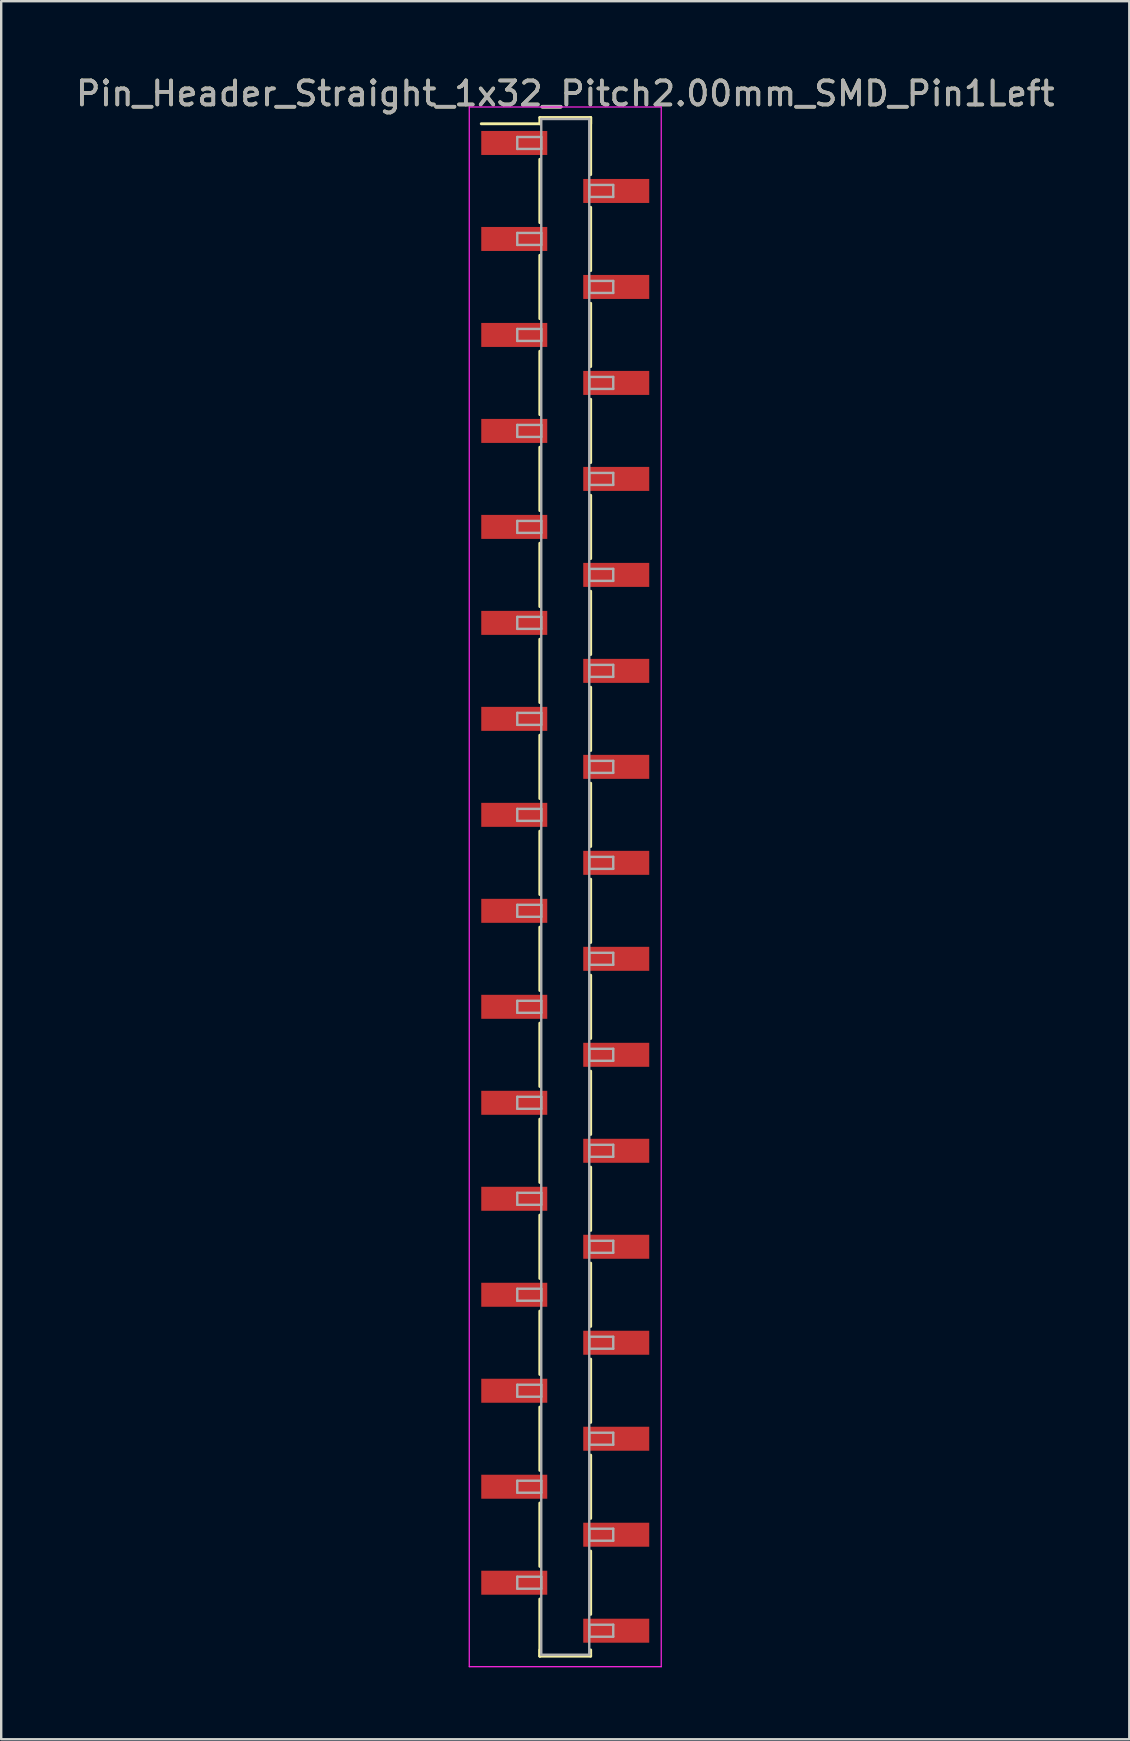
<source format=kicad_pcb>
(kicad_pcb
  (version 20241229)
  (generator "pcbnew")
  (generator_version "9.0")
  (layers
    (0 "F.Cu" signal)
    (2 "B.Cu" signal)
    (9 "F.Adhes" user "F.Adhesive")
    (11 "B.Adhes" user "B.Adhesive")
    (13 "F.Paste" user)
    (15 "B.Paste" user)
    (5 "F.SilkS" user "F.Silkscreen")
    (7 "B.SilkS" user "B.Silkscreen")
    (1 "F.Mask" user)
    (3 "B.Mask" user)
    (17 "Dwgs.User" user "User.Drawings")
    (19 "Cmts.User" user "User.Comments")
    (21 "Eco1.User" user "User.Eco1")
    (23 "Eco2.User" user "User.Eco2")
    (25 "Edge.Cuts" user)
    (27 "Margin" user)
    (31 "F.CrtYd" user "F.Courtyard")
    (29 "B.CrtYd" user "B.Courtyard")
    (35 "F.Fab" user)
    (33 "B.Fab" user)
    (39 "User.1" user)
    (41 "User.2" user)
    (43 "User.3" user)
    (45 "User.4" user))
  (footprint "Pin_Header_Straight_1x32_Pitch2.00mm_SMD_Pin1Left"
    (layer "F.Cu")
    (at 20.506 33.908)
    (property "Reference" "Pin_Header_Straight_1x32_Pitch2.00mm_SMD_Pin1Left" (at 0 -33.06 0) (layer "F.SilkS") (effects (font (size 1 1) (thickness 0.15))))
    (attr smd)
    (fp_line (start -1.06 -32.06) (end 1.06 -32.06) (stroke (width 0.12) (type solid)) (layer "F.SilkS"))
    (fp_line (start -1.06 -31.8) (end -3.5 -31.8) (stroke (width 0.12) (type solid)) (layer "F.SilkS"))
    (fp_line (start -1.06 -31.8) (end -1.06 -32.06) (stroke (width 0.12) (type solid)) (layer "F.SilkS"))
    (fp_line (start -1.06 -30.32) (end -1.06 -27.68) (stroke (width 0.12) (type solid)) (layer "F.SilkS"))
    (fp_line (start -1.06 -26.32) (end -1.06 -23.68) (stroke (width 0.12) (type solid)) (layer "F.SilkS"))
    (fp_line (start -1.06 -22.32) (end -1.06 -19.68) (stroke (width 0.12) (type solid)) (layer "F.SilkS"))
    (fp_line (start -1.06 -18.32) (end -1.06 -15.68) (stroke (width 0.12) (type solid)) (layer "F.SilkS"))
    (fp_line (start -1.06 -14.32) (end -1.06 -11.68) (stroke (width 0.12) (type solid)) (layer "F.SilkS"))
    (fp_line (start -1.06 -10.32) (end -1.06 -7.68) (stroke (width 0.12) (type solid)) (layer "F.SilkS"))
    (fp_line (start -1.06 -6.32) (end -1.06 -3.68) (stroke (width 0.12) (type solid)) (layer "F.SilkS"))
    (fp_line (start -1.06 -2.32) (end -1.06 0.32) (stroke (width 0.12) (type solid)) (layer "F.SilkS"))
    (fp_line (start -1.06 1.68) (end -1.06 4.32) (stroke (width 0.12) (type solid)) (layer "F.SilkS"))
    (fp_line (start -1.06 5.68) (end -1.06 8.32) (stroke (width 0.12) (type solid)) (layer "F.SilkS"))
    (fp_line (start -1.06 9.68) (end -1.06 12.32) (stroke (width 0.12) (type solid)) (layer "F.SilkS"))
    (fp_line (start -1.06 13.68) (end -1.06 16.32) (stroke (width 0.12) (type solid)) (layer "F.SilkS"))
    (fp_line (start -1.06 17.68) (end -1.06 20.32) (stroke (width 0.12) (type solid)) (layer "F.SilkS"))
    (fp_line (start -1.06 21.68) (end -1.06 24.32) (stroke (width 0.12) (type solid)) (layer "F.SilkS"))
    (fp_line (start -1.06 25.68) (end -1.06 28.32) (stroke (width 0.12) (type solid)) (layer "F.SilkS"))
    (fp_line (start -1.06 29.68) (end -1.06 32.06) (stroke (width 0.12) (type solid)) (layer "F.SilkS"))
    (fp_line (start -1.06 31.8) (end -1.06 32.06) (stroke (width 0.12) (type solid)) (layer "F.SilkS"))
    (fp_line (start -1.06 32.06) (end 1.06 32.06) (stroke (width 0.12) (type solid)) (layer "F.SilkS"))
    (fp_line (start 1.06 -32.06) (end 1.06 -31.8) (stroke (width 0.12) (type solid)) (layer "F.SilkS"))
    (fp_line (start 1.06 -32.06) (end 1.06 -29.68) (stroke (width 0.12) (type solid)) (layer "F.SilkS"))
    (fp_line (start 1.06 -28.32) (end 1.06 -25.68) (stroke (width 0.12) (type solid)) (layer "F.SilkS"))
    (fp_line (start 1.06 -24.32) (end 1.06 -21.68) (stroke (width 0.12) (type solid)) (layer "F.SilkS"))
    (fp_line (start 1.06 -20.32) (end 1.06 -17.68) (stroke (width 0.12) (type solid)) (layer "F.SilkS"))
    (fp_line (start 1.06 -16.32) (end 1.06 -13.68) (stroke (width 0.12) (type solid)) (layer "F.SilkS"))
    (fp_line (start 1.06 -12.32) (end 1.06 -9.68) (stroke (width 0.12) (type solid)) (layer "F.SilkS"))
    (fp_line (start 1.06 -8.32) (end 1.06 -5.68) (stroke (width 0.12) (type solid)) (layer "F.SilkS"))
    (fp_line (start 1.06 -4.32) (end 1.06 -1.68) (stroke (width 0.12) (type solid)) (layer "F.SilkS"))
    (fp_line (start 1.06 -0.32) (end 1.06 2.32) (stroke (width 0.12) (type solid)) (layer "F.SilkS"))
    (fp_line (start 1.06 3.68) (end 1.06 6.32) (stroke (width 0.12) (type solid)) (layer "F.SilkS"))
    (fp_line (start 1.06 7.68) (end 1.06 10.32) (stroke (width 0.12) (type solid)) (layer "F.SilkS"))
    (fp_line (start 1.06 11.68) (end 1.06 14.32) (stroke (width 0.12) (type solid)) (layer "F.SilkS"))
    (fp_line (start 1.06 15.68) (end 1.06 18.32) (stroke (width 0.12) (type solid)) (layer "F.SilkS"))
    (fp_line (start 1.06 19.68) (end 1.06 22.32) (stroke (width 0.12) (type solid)) (layer "F.SilkS"))
    (fp_line (start 1.06 23.68) (end 1.06 26.32) (stroke (width 0.12) (type solid)) (layer "F.SilkS"))
    (fp_line (start 1.06 27.68) (end 1.06 30.32) (stroke (width 0.12) (type solid)) (layer "F.SilkS"))
    (fp_line (start 1.06 32.06) (end 1.06 31.8) (stroke (width 0.12) (type solid)) (layer "F.SilkS"))
    (fp_line (start -4 -32.5) (end -4 32.5) (stroke (width 0.05) (type solid)) (layer "F.CrtYd"))
    (fp_line (start -4 32.5) (end 4 32.5) (stroke (width 0.05) (type solid)) (layer "F.CrtYd"))
    (fp_line (start 4 -32.5) (end -4 -32.5) (stroke (width 0.05) (type solid)) (layer "F.CrtYd"))
    (fp_line (start 4 32.5) (end 4 -32.5) (stroke (width 0.05) (type solid)) (layer "F.CrtYd"))
    (fp_line (start -2 -31.25) (end -1 -31.25) (stroke (width 0.1) (type solid)) (layer "F.Fab"))
    (fp_line (start -2 -30.75) (end -2 -31.25) (stroke (width 0.1) (type solid)) (layer "F.Fab"))
    (fp_line (start -2 -27.25) (end -1 -27.25) (stroke (width 0.1) (type solid)) (layer "F.Fab"))
    (fp_line (start -2 -26.75) (end -2 -27.25) (stroke (width 0.1) (type solid)) (layer "F.Fab"))
    (fp_line (start -2 -23.25) (end -1 -23.25) (stroke (width 0.1) (type solid)) (layer "F.Fab"))
    (fp_line (start -2 -22.75) (end -2 -23.25) (stroke (width 0.1) (type solid)) (layer "F.Fab"))
    (fp_line (start -2 -19.25) (end -1 -19.25) (stroke (width 0.1) (type solid)) (layer "F.Fab"))
    (fp_line (start -2 -18.75) (end -2 -19.25) (stroke (width 0.1) (type solid)) (layer "F.Fab"))
    (fp_line (start -2 -15.25) (end -1 -15.25) (stroke (width 0.1) (type solid)) (layer "F.Fab"))
    (fp_line (start -2 -14.75) (end -2 -15.25) (stroke (width 0.1) (type solid)) (layer "F.Fab"))
    (fp_line (start -2 -11.25) (end -1 -11.25) (stroke (width 0.1) (type solid)) (layer "F.Fab"))
    (fp_line (start -2 -10.75) (end -2 -11.25) (stroke (width 0.1) (type solid)) (layer "F.Fab"))
    (fp_line (start -2 -7.25) (end -1 -7.25) (stroke (width 0.1) (type solid)) (layer "F.Fab"))
    (fp_line (start -2 -6.75) (end -2 -7.25) (stroke (width 0.1) (type solid)) (layer "F.Fab"))
    (fp_line (start -2 -3.25) (end -1 -3.25) (stroke (width 0.1) (type solid)) (layer "F.Fab"))
    (fp_line (start -2 -2.75) (end -2 -3.25) (stroke (width 0.1) (type solid)) (layer "F.Fab"))
    (fp_line (start -2 0.75) (end -1 0.75) (stroke (width 0.1) (type solid)) (layer "F.Fab"))
    (fp_line (start -2 1.25) (end -2 0.75) (stroke (width 0.1) (type solid)) (layer "F.Fab"))
    (fp_line (start -2 4.75) (end -1 4.75) (stroke (width 0.1) (type solid)) (layer "F.Fab"))
    (fp_line (start -2 5.25) (end -2 4.75) (stroke (width 0.1) (type solid)) (layer "F.Fab"))
    (fp_line (start -2 8.75) (end -1 8.75) (stroke (width 0.1) (type solid)) (layer "F.Fab"))
    (fp_line (start -2 9.25) (end -2 8.75) (stroke (width 0.1) (type solid)) (layer "F.Fab"))
    (fp_line (start -2 12.75) (end -1 12.75) (stroke (width 0.1) (type solid)) (layer "F.Fab"))
    (fp_line (start -2 13.25) (end -2 12.75) (stroke (width 0.1) (type solid)) (layer "F.Fab"))
    (fp_line (start -2 16.75) (end -1 16.75) (stroke (width 0.1) (type solid)) (layer "F.Fab"))
    (fp_line (start -2 17.25) (end -2 16.75) (stroke (width 0.1) (type solid)) (layer "F.Fab"))
    (fp_line (start -2 20.75) (end -1 20.75) (stroke (width 0.1) (type solid)) (layer "F.Fab"))
    (fp_line (start -2 21.25) (end -2 20.75) (stroke (width 0.1) (type solid)) (layer "F.Fab"))
    (fp_line (start -2 24.75) (end -1 24.75) (stroke (width 0.1) (type solid)) (layer "F.Fab"))
    (fp_line (start -2 25.25) (end -2 24.75) (stroke (width 0.1) (type solid)) (layer "F.Fab"))
    (fp_line (start -2 28.75) (end -1 28.75) (stroke (width 0.1) (type solid)) (layer "F.Fab"))
    (fp_line (start -2 29.25) (end -2 28.75) (stroke (width 0.1) (type solid)) (layer "F.Fab"))
    (fp_line (start -1 -32) (end -1 32) (stroke (width 0.1) (type solid)) (layer "F.Fab"))
    (fp_line (start -1 -31.25) (end -1 -30.75) (stroke (width 0.1) (type solid)) (layer "F.Fab"))
    (fp_line (start -1 -30.75) (end -2 -30.75) (stroke (width 0.1) (type solid)) (layer "F.Fab"))
    (fp_line (start -1 -27.25) (end -1 -26.75) (stroke (width 0.1) (type solid)) (layer "F.Fab"))
    (fp_line (start -1 -26.75) (end -2 -26.75) (stroke (width 0.1) (type solid)) (layer "F.Fab"))
    (fp_line (start -1 -23.25) (end -1 -22.75) (stroke (width 0.1) (type solid)) (layer "F.Fab"))
    (fp_line (start -1 -22.75) (end -2 -22.75) (stroke (width 0.1) (type solid)) (layer "F.Fab"))
    (fp_line (start -1 -19.25) (end -1 -18.75) (stroke (width 0.1) (type solid)) (layer "F.Fab"))
    (fp_line (start -1 -18.75) (end -2 -18.75) (stroke (width 0.1) (type solid)) (layer "F.Fab"))
    (fp_line (start -1 -15.25) (end -1 -14.75) (stroke (width 0.1) (type solid)) (layer "F.Fab"))
    (fp_line (start -1 -14.75) (end -2 -14.75) (stroke (width 0.1) (type solid)) (layer "F.Fab"))
    (fp_line (start -1 -11.25) (end -1 -10.75) (stroke (width 0.1) (type solid)) (layer "F.Fab"))
    (fp_line (start -1 -10.75) (end -2 -10.75) (stroke (width 0.1) (type solid)) (layer "F.Fab"))
    (fp_line (start -1 -7.25) (end -1 -6.75) (stroke (width 0.1) (type solid)) (layer "F.Fab"))
    (fp_line (start -1 -6.75) (end -2 -6.75) (stroke (width 0.1) (type solid)) (layer "F.Fab"))
    (fp_line (start -1 -3.25) (end -1 -2.75) (stroke (width 0.1) (type solid)) (layer "F.Fab"))
    (fp_line (start -1 -2.75) (end -2 -2.75) (stroke (width 0.1) (type solid)) (layer "F.Fab"))
    (fp_line (start -1 0.75) (end -1 1.25) (stroke (width 0.1) (type solid)) (layer "F.Fab"))
    (fp_line (start -1 1.25) (end -2 1.25) (stroke (width 0.1) (type solid)) (layer "F.Fab"))
    (fp_line (start -1 4.75) (end -1 5.25) (stroke (width 0.1) (type solid)) (layer "F.Fab"))
    (fp_line (start -1 5.25) (end -2 5.25) (stroke (width 0.1) (type solid)) (layer "F.Fab"))
    (fp_line (start -1 8.75) (end -1 9.25) (stroke (width 0.1) (type solid)) (layer "F.Fab"))
    (fp_line (start -1 9.25) (end -2 9.25) (stroke (width 0.1) (type solid)) (layer "F.Fab"))
    (fp_line (start -1 12.75) (end -1 13.25) (stroke (width 0.1) (type solid)) (layer "F.Fab"))
    (fp_line (start -1 13.25) (end -2 13.25) (stroke (width 0.1) (type solid)) (layer "F.Fab"))
    (fp_line (start -1 16.75) (end -1 17.25) (stroke (width 0.1) (type solid)) (layer "F.Fab"))
    (fp_line (start -1 17.25) (end -2 17.25) (stroke (width 0.1) (type solid)) (layer "F.Fab"))
    (fp_line (start -1 20.75) (end -1 21.25) (stroke (width 0.1) (type solid)) (layer "F.Fab"))
    (fp_line (start -1 21.25) (end -2 21.25) (stroke (width 0.1) (type solid)) (layer "F.Fab"))
    (fp_line (start -1 24.75) (end -1 25.25) (stroke (width 0.1) (type solid)) (layer "F.Fab"))
    (fp_line (start -1 25.25) (end -2 25.25) (stroke (width 0.1) (type solid)) (layer "F.Fab"))
    (fp_line (start -1 28.75) (end -1 29.25) (stroke (width 0.1) (type solid)) (layer "F.Fab"))
    (fp_line (start -1 29.25) (end -2 29.25) (stroke (width 0.1) (type solid)) (layer "F.Fab"))
    (fp_line (start -1 32) (end 1 32) (stroke (width 0.1) (type solid)) (layer "F.Fab"))
    (fp_line (start 1 -32) (end -1 -32) (stroke (width 0.1) (type solid)) (layer "F.Fab"))
    (fp_line (start 1 -29.25) (end 1 -28.75) (stroke (width 0.1) (type solid)) (layer "F.Fab"))
    (fp_line (start 1 -28.75) (end 2 -28.75) (stroke (width 0.1) (type solid)) (layer "F.Fab"))
    (fp_line (start 1 -25.25) (end 1 -24.75) (stroke (width 0.1) (type solid)) (layer "F.Fab"))
    (fp_line (start 1 -24.75) (end 2 -24.75) (stroke (width 0.1) (type solid)) (layer "F.Fab"))
    (fp_line (start 1 -21.25) (end 1 -20.75) (stroke (width 0.1) (type solid)) (layer "F.Fab"))
    (fp_line (start 1 -20.75) (end 2 -20.75) (stroke (width 0.1) (type solid)) (layer "F.Fab"))
    (fp_line (start 1 -17.25) (end 1 -16.75) (stroke (width 0.1) (type solid)) (layer "F.Fab"))
    (fp_line (start 1 -16.75) (end 2 -16.75) (stroke (width 0.1) (type solid)) (layer "F.Fab"))
    (fp_line (start 1 -13.25) (end 1 -12.75) (stroke (width 0.1) (type solid)) (layer "F.Fab"))
    (fp_line (start 1 -12.75) (end 2 -12.75) (stroke (width 0.1) (type solid)) (layer "F.Fab"))
    (fp_line (start 1 -9.25) (end 1 -8.75) (stroke (width 0.1) (type solid)) (layer "F.Fab"))
    (fp_line (start 1 -8.75) (end 2 -8.75) (stroke (width 0.1) (type solid)) (layer "F.Fab"))
    (fp_line (start 1 -5.25) (end 1 -4.75) (stroke (width 0.1) (type solid)) (layer "F.Fab"))
    (fp_line (start 1 -4.75) (end 2 -4.75) (stroke (width 0.1) (type solid)) (layer "F.Fab"))
    (fp_line (start 1 -1.25) (end 1 -0.75) (stroke (width 0.1) (type solid)) (layer "F.Fab"))
    (fp_line (start 1 -0.75) (end 2 -0.75) (stroke (width 0.1) (type solid)) (layer "F.Fab"))
    (fp_line (start 1 2.75) (end 1 3.25) (stroke (width 0.1) (type solid)) (layer "F.Fab"))
    (fp_line (start 1 3.25) (end 2 3.25) (stroke (width 0.1) (type solid)) (layer "F.Fab"))
    (fp_line (start 1 6.75) (end 1 7.25) (stroke (width 0.1) (type solid)) (layer "F.Fab"))
    (fp_line (start 1 7.25) (end 2 7.25) (stroke (width 0.1) (type solid)) (layer "F.Fab"))
    (fp_line (start 1 10.75) (end 1 11.25) (stroke (width 0.1) (type solid)) (layer "F.Fab"))
    (fp_line (start 1 11.25) (end 2 11.25) (stroke (width 0.1) (type solid)) (layer "F.Fab"))
    (fp_line (start 1 14.75) (end 1 15.25) (stroke (width 0.1) (type solid)) (layer "F.Fab"))
    (fp_line (start 1 15.25) (end 2 15.25) (stroke (width 0.1) (type solid)) (layer "F.Fab"))
    (fp_line (start 1 18.75) (end 1 19.25) (stroke (width 0.1) (type solid)) (layer "F.Fab"))
    (fp_line (start 1 19.25) (end 2 19.25) (stroke (width 0.1) (type solid)) (layer "F.Fab"))
    (fp_line (start 1 22.75) (end 1 23.25) (stroke (width 0.1) (type solid)) (layer "F.Fab"))
    (fp_line (start 1 23.25) (end 2 23.25) (stroke (width 0.1) (type solid)) (layer "F.Fab"))
    (fp_line (start 1 26.75) (end 1 27.25) (stroke (width 0.1) (type solid)) (layer "F.Fab"))
    (fp_line (start 1 27.25) (end 2 27.25) (stroke (width 0.1) (type solid)) (layer "F.Fab"))
    (fp_line (start 1 30.75) (end 1 31.25) (stroke (width 0.1) (type solid)) (layer "F.Fab"))
    (fp_line (start 1 31.25) (end 2 31.25) (stroke (width 0.1) (type solid)) (layer "F.Fab"))
    (fp_line (start 1 32) (end 1 -32) (stroke (width 0.1) (type solid)) (layer "F.Fab"))
    (fp_line (start 2 -29.25) (end 1 -29.25) (stroke (width 0.1) (type solid)) (layer "F.Fab"))
    (fp_line (start 2 -28.75) (end 2 -29.25) (stroke (width 0.1) (type solid)) (layer "F.Fab"))
    (fp_line (start 2 -25.25) (end 1 -25.25) (stroke (width 0.1) (type solid)) (layer "F.Fab"))
    (fp_line (start 2 -24.75) (end 2 -25.25) (stroke (width 0.1) (type solid)) (layer "F.Fab"))
    (fp_line (start 2 -21.25) (end 1 -21.25) (stroke (width 0.1) (type solid)) (layer "F.Fab"))
    (fp_line (start 2 -20.75) (end 2 -21.25) (stroke (width 0.1) (type solid)) (layer "F.Fab"))
    (fp_line (start 2 -17.25) (end 1 -17.25) (stroke (width 0.1) (type solid)) (layer "F.Fab"))
    (fp_line (start 2 -16.75) (end 2 -17.25) (stroke (width 0.1) (type solid)) (layer "F.Fab"))
    (fp_line (start 2 -13.25) (end 1 -13.25) (stroke (width 0.1) (type solid)) (layer "F.Fab"))
    (fp_line (start 2 -12.75) (end 2 -13.25) (stroke (width 0.1) (type solid)) (layer "F.Fab"))
    (fp_line (start 2 -9.25) (end 1 -9.25) (stroke (width 0.1) (type solid)) (layer "F.Fab"))
    (fp_line (start 2 -8.75) (end 2 -9.25) (stroke (width 0.1) (type solid)) (layer "F.Fab"))
    (fp_line (start 2 -5.25) (end 1 -5.25) (stroke (width 0.1) (type solid)) (layer "F.Fab"))
    (fp_line (start 2 -4.75) (end 2 -5.25) (stroke (width 0.1) (type solid)) (layer "F.Fab"))
    (fp_line (start 2 -1.25) (end 1 -1.25) (stroke (width 0.1) (type solid)) (layer "F.Fab"))
    (fp_line (start 2 -0.75) (end 2 -1.25) (stroke (width 0.1) (type solid)) (layer "F.Fab"))
    (fp_line (start 2 2.75) (end 1 2.75) (stroke (width 0.1) (type solid)) (layer "F.Fab"))
    (fp_line (start 2 3.25) (end 2 2.75) (stroke (width 0.1) (type solid)) (layer "F.Fab"))
    (fp_line (start 2 6.75) (end 1 6.75) (stroke (width 0.1) (type solid)) (layer "F.Fab"))
    (fp_line (start 2 7.25) (end 2 6.75) (stroke (width 0.1) (type solid)) (layer "F.Fab"))
    (fp_line (start 2 10.75) (end 1 10.75) (stroke (width 0.1) (type solid)) (layer "F.Fab"))
    (fp_line (start 2 11.25) (end 2 10.75) (stroke (width 0.1) (type solid)) (layer "F.Fab"))
    (fp_line (start 2 14.75) (end 1 14.75) (stroke (width 0.1) (type solid)) (layer "F.Fab"))
    (fp_line (start 2 15.25) (end 2 14.75) (stroke (width 0.1) (type solid)) (layer "F.Fab"))
    (fp_line (start 2 18.75) (end 1 18.75) (stroke (width 0.1) (type solid)) (layer "F.Fab"))
    (fp_line (start 2 19.25) (end 2 18.75) (stroke (width 0.1) (type solid)) (layer "F.Fab"))
    (fp_line (start 2 22.75) (end 1 22.75) (stroke (width 0.1) (type solid)) (layer "F.Fab"))
    (fp_line (start 2 23.25) (end 2 22.75) (stroke (width 0.1) (type solid)) (layer "F.Fab"))
    (fp_line (start 2 26.75) (end 1 26.75) (stroke (width 0.1) (type solid)) (layer "F.Fab"))
    (fp_line (start 2 27.25) (end 2 26.75) (stroke (width 0.1) (type solid)) (layer "F.Fab"))
    (fp_line (start 2 30.75) (end 1 30.75) (stroke (width 0.1) (type solid)) (layer "F.Fab"))
    (fp_line (start 2 31.25) (end 2 30.75) (stroke (width 0.1) (type solid)) (layer "F.Fab"))
    (fp_text user "${REFERENCE}" (at 0 -33.06 0) (layer "F.Fab") (effects (font (size 1 1) (thickness 0.15))))
    (pad "1" smd rect (at -2.125 -31) (size 2.75 1) (layers "F.Cu" "F.Mask" "F.Paste"))
    (pad "2" smd rect (at 2.125 -29) (size 2.75 1) (layers "F.Cu" "F.Mask" "F.Paste"))
    (pad "3" smd rect (at -2.125 -27) (size 2.75 1) (layers "F.Cu" "F.Mask" "F.Paste"))
    (pad "4" smd rect (at 2.125 -25) (size 2.75 1) (layers "F.Cu" "F.Mask" "F.Paste"))
    (pad "5" smd rect (at -2.125 -23) (size 2.75 1) (layers "F.Cu" "F.Mask" "F.Paste"))
    (pad "6" smd rect (at 2.125 -21) (size 2.75 1) (layers "F.Cu" "F.Mask" "F.Paste"))
    (pad "7" smd rect (at -2.125 -19) (size 2.75 1) (layers "F.Cu" "F.Mask" "F.Paste"))
    (pad "8" smd rect (at 2.125 -17) (size 2.75 1) (layers "F.Cu" "F.Mask" "F.Paste"))
    (pad "9" smd rect (at -2.125 -15) (size 2.75 1) (layers "F.Cu" "F.Mask" "F.Paste"))
    (pad "10" smd rect (at 2.125 -13) (size 2.75 1) (layers "F.Cu" "F.Mask" "F.Paste"))
    (pad "11" smd rect (at -2.125 -11) (size 2.75 1) (layers "F.Cu" "F.Mask" "F.Paste"))
    (pad "12" smd rect (at 2.125 -9) (size 2.75 1) (layers "F.Cu" "F.Mask" "F.Paste"))
    (pad "13" smd rect (at -2.125 -7) (size 2.75 1) (layers "F.Cu" "F.Mask" "F.Paste"))
    (pad "14" smd rect (at 2.125 -5) (size 2.75 1) (layers "F.Cu" "F.Mask" "F.Paste"))
    (pad "15" smd rect (at -2.125 -3) (size 2.75 1) (layers "F.Cu" "F.Mask" "F.Paste"))
    (pad "16" smd rect (at 2.125 -1) (size 2.75 1) (layers "F.Cu" "F.Mask" "F.Paste"))
    (pad "17" smd rect (at -2.125 1) (size 2.75 1) (layers "F.Cu" "F.Mask" "F.Paste"))
    (pad "18" smd rect (at 2.125 3) (size 2.75 1) (layers "F.Cu" "F.Mask" "F.Paste"))
    (pad "19" smd rect (at -2.125 5) (size 2.75 1) (layers "F.Cu" "F.Mask" "F.Paste"))
    (pad "20" smd rect (at 2.125 7) (size 2.75 1) (layers "F.Cu" "F.Mask" "F.Paste"))
    (pad "21" smd rect (at -2.125 9) (size 2.75 1) (layers "F.Cu" "F.Mask" "F.Paste"))
    (pad "22" smd rect (at 2.125 11) (size 2.75 1) (layers "F.Cu" "F.Mask" "F.Paste"))
    (pad "23" smd rect (at -2.125 13) (size 2.75 1) (layers "F.Cu" "F.Mask" "F.Paste"))
    (pad "24" smd rect (at 2.125 15) (size 2.75 1) (layers "F.Cu" "F.Mask" "F.Paste"))
    (pad "25" smd rect (at -2.125 17) (size 2.75 1) (layers "F.Cu" "F.Mask" "F.Paste"))
    (pad "26" smd rect (at 2.125 19) (size 2.75 1) (layers "F.Cu" "F.Mask" "F.Paste"))
    (pad "27" smd rect (at -2.125 21) (size 2.75 1) (layers "F.Cu" "F.Mask" "F.Paste"))
    (pad "28" smd rect (at 2.125 23) (size 2.75 1) (layers "F.Cu" "F.Mask" "F.Paste"))
    (pad "29" smd rect (at -2.125 25) (size 2.75 1) (layers "F.Cu" "F.Mask" "F.Paste"))
    (pad "30" smd rect (at 2.125 27) (size 2.75 1) (layers "F.Cu" "F.Mask" "F.Paste"))
    (pad "31" smd rect (at -2.125 29) (size 2.75 1) (layers "F.Cu" "F.Mask" "F.Paste"))
    (pad "32" smd rect (at 2.125 31) (size 2.75 1) (layers "F.Cu" "F.Mask" "F.Paste")))
  (gr_rect
    (start -3 -3)
    (end 44.012 69.433)
    (stroke (width 0.1) (type default))
    (fill no)
    (layer "Edge.Cuts")))
</source>
